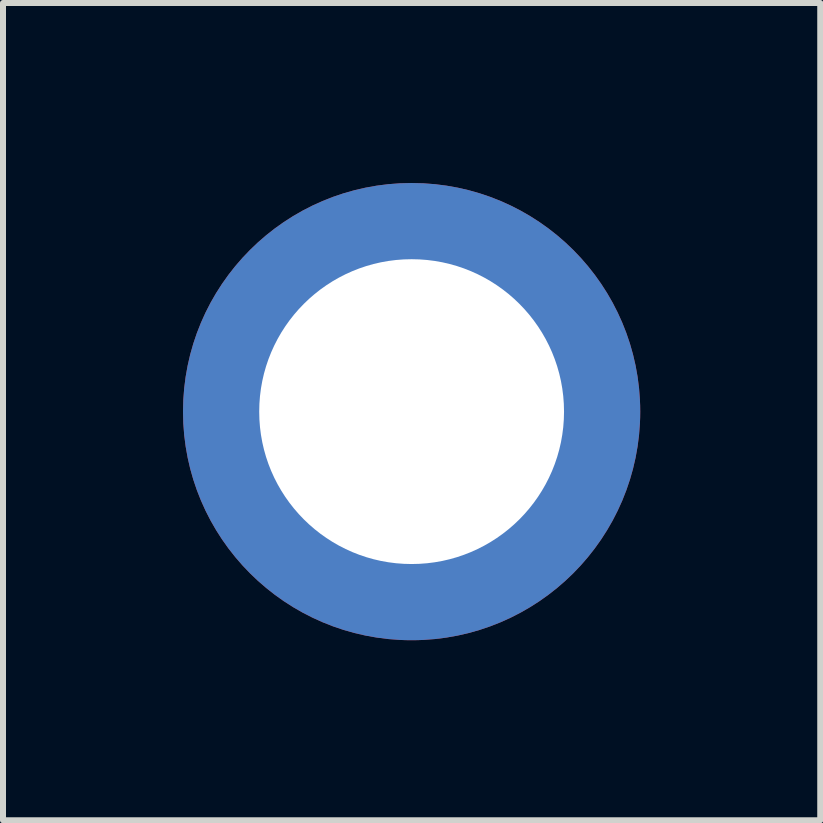
<source format=kicad_pcb>
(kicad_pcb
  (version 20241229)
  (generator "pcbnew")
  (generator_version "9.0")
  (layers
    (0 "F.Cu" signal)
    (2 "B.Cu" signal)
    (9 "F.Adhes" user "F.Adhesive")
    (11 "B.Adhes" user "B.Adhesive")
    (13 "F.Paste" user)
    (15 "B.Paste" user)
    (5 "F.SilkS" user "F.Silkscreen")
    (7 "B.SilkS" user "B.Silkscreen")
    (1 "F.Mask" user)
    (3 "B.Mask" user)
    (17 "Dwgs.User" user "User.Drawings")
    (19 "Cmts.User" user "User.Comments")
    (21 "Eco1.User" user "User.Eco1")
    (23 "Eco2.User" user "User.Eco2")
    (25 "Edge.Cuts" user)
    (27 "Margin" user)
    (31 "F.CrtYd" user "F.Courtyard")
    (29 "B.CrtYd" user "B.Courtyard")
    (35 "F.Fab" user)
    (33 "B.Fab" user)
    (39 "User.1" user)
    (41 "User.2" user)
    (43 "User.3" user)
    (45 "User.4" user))
  (footprint "Hole"
    (layer "F.Cu")
    (at 3.81 3.81)
    (property "Reference" "Hole" (at 0 0.5 0) (layer "F.SilkS") (effects (font (size 1 1) (thickness 0.15))))
    (attr through_hole)
    (pad "1" thru_hole circle (at 0 0) (size 7.62 7.62) (drill 5.08) (layers "*.Cu" "*.Mask")))
  (gr_rect
    (start -3 -3)
    (end 10.62 10.62)
    (stroke (width 0.1) (type default))
    (fill no)
    (layer "Edge.Cuts")))
</source>
